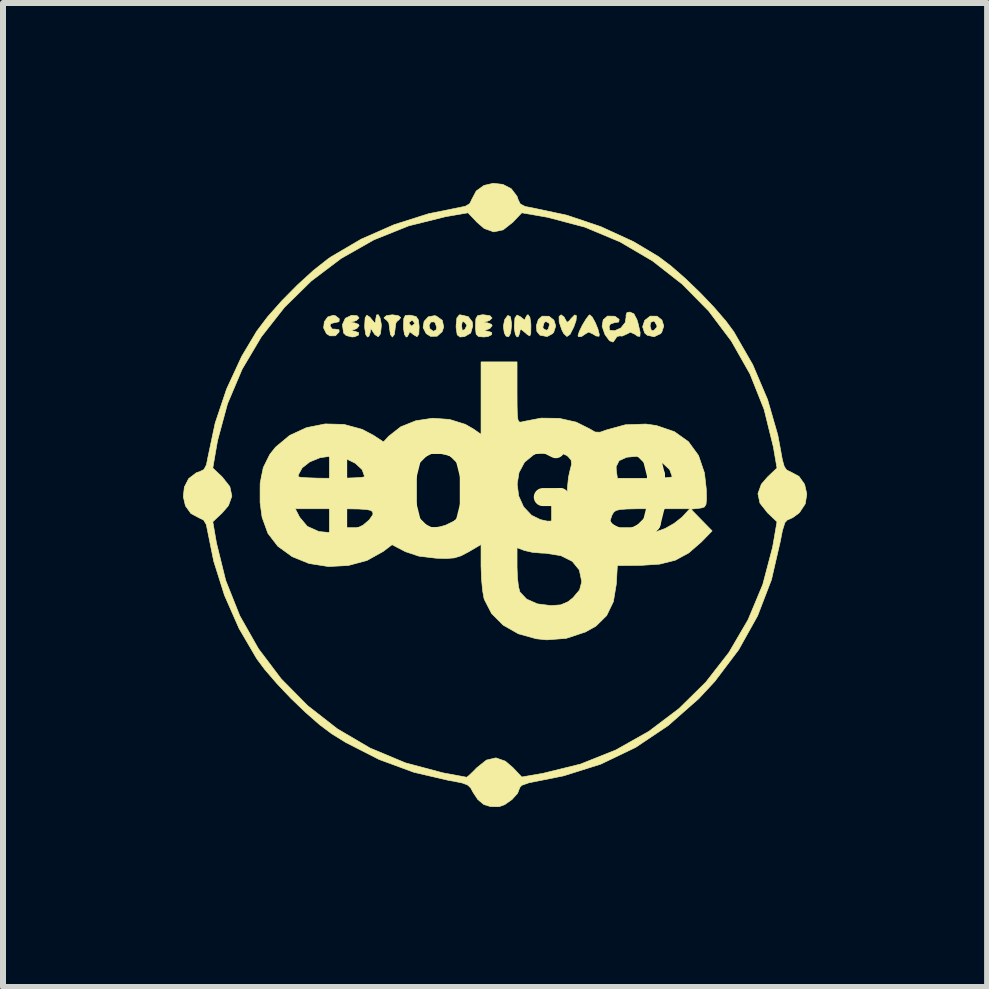
<source format=kicad_pcb>
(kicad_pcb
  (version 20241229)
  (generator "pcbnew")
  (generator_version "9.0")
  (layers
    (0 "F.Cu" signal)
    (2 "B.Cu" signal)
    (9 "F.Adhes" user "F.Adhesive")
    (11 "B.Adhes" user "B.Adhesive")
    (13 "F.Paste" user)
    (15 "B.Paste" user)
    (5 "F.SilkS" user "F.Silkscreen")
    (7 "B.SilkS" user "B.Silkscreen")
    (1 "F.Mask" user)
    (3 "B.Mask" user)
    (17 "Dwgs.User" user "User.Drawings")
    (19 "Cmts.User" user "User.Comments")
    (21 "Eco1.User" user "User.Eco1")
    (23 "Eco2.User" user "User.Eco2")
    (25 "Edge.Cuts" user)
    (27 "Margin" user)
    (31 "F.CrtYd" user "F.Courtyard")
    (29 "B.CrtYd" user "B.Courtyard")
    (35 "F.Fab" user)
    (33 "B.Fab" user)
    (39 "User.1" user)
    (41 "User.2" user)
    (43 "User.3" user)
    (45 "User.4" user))
  (footprint "LOGO"
    (layer "F.Cu")
    (at 5.199 5.199)
    (property "Reference" "LOGO" (at 0 0 0) (layer "F.SilkS") (effects (font (size 1.524 1.524) (thickness 0.3))))
    (attr through_hole)
    (fp_poly (pts (xy 0.26 -2.969) (xy 0.276 -2.865) (xy 0.277 -2.821) (xy 0.263 -2.697) (xy 0.229 -2.635) (xy 0.185 -2.647) (xy 0.157 -2.698) (xy 0.141 -2.809) (xy 0.162 -2.919) (xy 0.211 -2.987) (xy 0.219 -2.991) (xy 0.26 -2.969)) (stroke (width 0.01) (type solid)) (fill yes) (layer "F.SilkS"))
    (fp_poly (pts (xy 1.153 -2.965) (xy 1.174 -2.925) (xy 1.202 -2.877) (xy 1.24 -2.901) (xy 1.267 -2.937) (xy 1.33 -3) (xy 1.359 -2.987) (xy 1.353 -2.908) (xy 1.316 -2.801) (xy 1.253 -2.677) (xy 1.2 -2.64) (xy 1.147 -2.69) (xy 1.116 -2.75) (xy 1.071 -2.882) (xy 1.069 -2.973) (xy 1.103 -3.002) (xy 1.153 -2.965)) (stroke (width 0.01) (type solid)) (fill yes) (layer "F.SilkS"))
    (fp_poly (pts (xy 1.622 -2.964) (xy 1.673 -2.872) (xy 1.717 -2.765) (xy 1.74 -2.675) (xy 1.736 -2.644) (xy 1.686 -2.649) (xy 1.639 -2.679) (xy 1.564 -2.715) (xy 1.513 -2.686) (xy 1.444 -2.64) (xy 1.393 -2.637) (xy 1.385 -2.654) (xy 1.406 -2.722) (xy 1.455 -2.824) (xy 1.515 -2.924) (xy 1.565 -2.991) (xy 1.581 -3.002) (xy 1.622 -2.964)) (stroke (width 0.01) (type solid)) (fill yes) (layer "F.SilkS"))
    (fp_poly (pts (xy -2.656 -2.985) (xy -2.594 -2.936) (xy -2.598 -2.887) (xy -2.664 -2.872) (xy -2.667 -2.873) (xy -2.736 -2.854) (xy -2.748 -2.817) (xy -2.712 -2.765) (xy -2.662 -2.763) (xy -2.598 -2.752) (xy -2.597 -2.716) (xy -2.657 -2.652) (xy -2.749 -2.651) (xy -2.807 -2.686) (xy -2.855 -2.783) (xy -2.843 -2.886) (xy -2.786 -2.966) (xy -2.696 -2.994) (xy -2.656 -2.985)) (stroke (width 0.01) (type solid)) (fill yes) (layer "F.SilkS"))
    (fp_poly (pts (xy -1.611 -2.988) (xy -1.57 -2.956) (xy -1.57 -2.956) (xy -1.605 -2.911) (xy -1.616 -2.909) (xy -1.649 -2.869) (xy -1.663 -2.773) (xy -1.663 -2.771) (xy -1.676 -2.674) (xy -1.708 -2.632) (xy -1.709 -2.632) (xy -1.741 -2.672) (xy -1.755 -2.769) (xy -1.755 -2.771) (xy -1.768 -2.868) (xy -1.801 -2.909) (xy -1.801 -2.909) (xy -1.846 -2.945) (xy -1.847 -2.956) (xy -1.807 -2.988) (xy -1.71 -3.002) (xy -1.709 -3.002) (xy -1.611 -2.988)) (stroke (width 0.01) (type solid)) (fill yes) (layer "F.SilkS"))
    (fp_poly (pts (xy -0.976 -2.981) (xy -0.877 -2.91) (xy -0.853 -2.799) (xy -0.879 -2.721) (xy -0.963 -2.645) (xy -1.073 -2.643) (xy -1.145 -2.688) (xy -1.197 -2.789) (xy -1.191 -2.826) (xy -1.097 -2.826) (xy -1.085 -2.771) (xy -1.026 -2.726) (xy -0.978 -2.753) (xy -0.97 -2.791) (xy -0.996 -2.869) (xy -1.013 -2.884) (xy -1.068 -2.881) (xy -1.097 -2.826) (xy -1.191 -2.826) (xy -1.18 -2.892) (xy -1.111 -2.968) (xy -1.005 -2.988) (xy -0.976 -2.981)) (stroke (width 0.01) (type solid)) (fill yes) (layer "F.SilkS"))
    (fp_poly (pts (xy -0.444 -2.972) (xy -0.377 -2.883) (xy -0.369 -2.817) (xy -0.403 -2.698) (xy -0.506 -2.639) (xy -0.581 -2.632) (xy -0.628 -2.668) (xy -0.646 -2.782) (xy -0.647 -2.817) (xy -0.554 -2.817) (xy -0.545 -2.744) (xy -0.51 -2.751) (xy -0.499 -2.762) (xy -0.467 -2.825) (xy -0.499 -2.873) (xy -0.54 -2.895) (xy -0.554 -2.839) (xy -0.554 -2.817) (xy -0.647 -2.817) (xy -0.634 -2.949) (xy -0.593 -3) (xy -0.581 -3.002) (xy -0.444 -2.972)) (stroke (width 0.01) (type solid)) (fill yes) (layer "F.SilkS"))
    (fp_poly (pts (xy -2.295 -2.986) (xy -2.264 -2.95) (xy -2.307 -2.908) (xy -2.344 -2.895) (xy -2.401 -2.878) (xy -2.368 -2.87) (xy -2.344 -2.869) (xy -2.275 -2.844) (xy -2.263 -2.82) (xy -2.301 -2.774) (xy -2.344 -2.757) (xy -2.401 -2.739) (xy -2.368 -2.732) (xy -2.344 -2.73) (xy -2.272 -2.706) (xy -2.272 -2.666) (xy -2.337 -2.636) (xy -2.38 -2.632) (xy -2.478 -2.656) (xy -2.522 -2.698) (xy -2.542 -2.838) (xy -2.493 -2.944) (xy -2.39 -2.993) (xy -2.295 -2.986)) (stroke (width 0.01) (type solid)) (fill yes) (layer "F.SilkS"))
    (fp_poly (pts (xy 0.583 -2.961) (xy 0.599 -2.858) (xy 0.6 -2.81) (xy 0.598 -2.691) (xy 0.582 -2.65) (xy 0.541 -2.672) (xy 0.508 -2.702) (xy 0.441 -2.756) (xy 0.418 -2.746) (xy 0.416 -2.709) (xy 0.393 -2.643) (xy 0.369 -2.632) (xy 0.341 -2.673) (xy 0.324 -2.776) (xy 0.323 -2.817) (xy 0.334 -2.95) (xy 0.369 -2.998) (xy 0.433 -2.965) (xy 0.453 -2.946) (xy 0.498 -2.914) (xy 0.508 -2.946) (xy 0.538 -2.998) (xy 0.554 -3.002) (xy 0.583 -2.961)) (stroke (width 0.01) (type solid)) (fill yes) (layer "F.SilkS"))
    (fp_poly (pts (xy 0.901 -2.978) (xy 0.983 -2.914) (xy 1.014 -2.816) (xy 0.98 -2.71) (xy 0.961 -2.688) (xy 0.871 -2.639) (xy 0.753 -2.662) (xy 0.75 -2.663) (xy 0.699 -2.726) (xy 0.694 -2.797) (xy 0.799 -2.797) (xy 0.808 -2.771) (xy 0.859 -2.743) (xy 0.888 -2.763) (xy 0.91 -2.837) (xy 0.901 -2.863) (xy 0.849 -2.891) (xy 0.821 -2.871) (xy 0.799 -2.797) (xy 0.694 -2.797) (xy 0.692 -2.826) (xy 0.725 -2.925) (xy 0.787 -2.979) (xy 0.901 -2.978)) (stroke (width 0.01) (type solid)) (fill yes) (layer "F.SilkS"))
    (fp_poly (pts (xy 2.703 -2.979) (xy 2.784 -2.914) (xy 2.815 -2.815) (xy 2.781 -2.711) (xy 2.762 -2.688) (xy 2.654 -2.636) (xy 2.54 -2.661) (xy 2.496 -2.699) (xy 2.462 -2.802) (xy 2.467 -2.817) (xy 2.586 -2.817) (xy 2.607 -2.744) (xy 2.644 -2.736) (xy 2.698 -2.793) (xy 2.702 -2.817) (xy 2.665 -2.886) (xy 2.644 -2.898) (xy 2.598 -2.876) (xy 2.586 -2.817) (xy 2.467 -2.817) (xy 2.496 -2.908) (xy 2.586 -2.978) (xy 2.591 -2.98) (xy 2.703 -2.979)) (stroke (width 0.01) (type solid)) (fill yes) (layer "F.SilkS"))
    (fp_poly (pts (xy -1.914 -2.95) (xy -1.895 -2.853) (xy -1.893 -2.817) (xy -1.907 -2.685) (xy -1.945 -2.636) (xy -2.001 -2.672) (xy -2.028 -2.713) (xy -2.065 -2.769) (xy -2.076 -2.745) (xy -2.077 -2.713) (xy -2.1 -2.645) (xy -2.124 -2.632) (xy -2.153 -2.673) (xy -2.169 -2.776) (xy -2.171 -2.817) (xy -2.163 -2.95) (xy -2.135 -2.996) (xy -2.082 -2.96) (xy -2.05 -2.921) (xy -2.003 -2.865) (xy -1.989 -2.885) (xy -1.987 -2.921) (xy -1.973 -2.999) (xy -1.944 -3.004) (xy -1.914 -2.95)) (stroke (width 0.01) (type solid)) (fill yes) (layer "F.SilkS"))
    (fp_poly (pts (xy -0.082 -2.986) (xy -0.047 -2.948) (xy -0.09 -2.908) (xy -0.127 -2.895) (xy -0.184 -2.878) (xy -0.151 -2.87) (xy -0.127 -2.869) (xy -0.058 -2.844) (xy -0.046 -2.82) (xy -0.084 -2.774) (xy -0.127 -2.757) (xy -0.184 -2.739) (xy -0.151 -2.732) (xy -0.127 -2.73) (xy -0.053 -2.708) (xy -0.053 -2.672) (xy -0.115 -2.64) (xy -0.185 -2.632) (xy -0.274 -2.64) (xy -0.313 -2.679) (xy -0.323 -2.777) (xy -0.323 -2.817) (xy -0.318 -2.936) (xy -0.288 -2.988) (xy -0.214 -3.002) (xy -0.185 -3.002) (xy -0.082 -2.986)) (stroke (width 0.01) (type solid)) (fill yes) (layer "F.SilkS"))
    (fp_poly (pts (xy -1.397 -2.993) (xy -1.312 -2.972) (xy -1.274 -2.914) (xy -1.263 -2.806) (xy -1.268 -2.679) (xy -1.298 -2.637) (xy -1.361 -2.673) (xy -1.376 -2.688) (xy -1.422 -2.72) (xy -1.432 -2.688) (xy -1.462 -2.636) (xy -1.478 -2.632) (xy -1.507 -2.673) (xy -1.523 -2.776) (xy -1.524 -2.82) (xy -1.522 -2.863) (xy -1.432 -2.863) (xy -1.396 -2.818) (xy -1.385 -2.817) (xy -1.341 -2.852) (xy -1.339 -2.863) (xy -1.374 -2.908) (xy -1.385 -2.909) (xy -1.43 -2.874) (xy -1.432 -2.863) (xy -1.522 -2.863) (xy -1.519 -2.939) (xy -1.493 -2.99) (xy -1.428 -2.996) (xy -1.397 -2.993)) (stroke (width 0.01) (type solid)) (fill yes) (layer "F.SilkS"))
    (fp_poly (pts (xy 2.316 -3.019) (xy 2.368 -2.92) (xy 2.388 -2.852) (xy 2.421 -2.708) (xy 2.417 -2.642) (xy 2.375 -2.647) (xy 2.333 -2.678) (xy 2.258 -2.712) (xy 2.196 -2.68) (xy 2.119 -2.646) (xy 2.085 -2.651) (xy 2.034 -2.64) (xy 2.015 -2.609) (xy 1.97 -2.547) (xy 1.91 -2.57) (xy 1.834 -2.674) (xy 1.787 -2.81) (xy 1.805 -2.919) (xy 1.877 -2.981) (xy 1.993 -2.978) (xy 2.009 -2.972) (xy 2.071 -2.925) (xy 2.064 -2.881) (xy 1.999 -2.873) (xy 1.924 -2.847) (xy 1.903 -2.805) (xy 1.913 -2.745) (xy 1.99 -2.736) (xy 1.994 -2.736) (xy 2.099 -2.782) (xy 2.172 -2.873) (xy 2.188 -2.974) (xy 2.184 -2.988) (xy 2.2 -3.038) (xy 2.248 -3.048) (xy 2.316 -3.019)) (stroke (width 0.01) (type solid)) (fill yes) (layer "F.SilkS"))
    (fp_poly (pts (xy 0.132 -5.176) (xy 0.272 -5.104) (xy 0.369 -4.977) (xy 0.388 -4.92) (xy 0.423 -4.85) (xy 0.502 -4.808) (xy 0.635 -4.782) (xy 1.196 -4.663) (xy 1.766 -4.471) (xy 2.312 -4.22) (xy 2.73 -3.97) (xy 2.938 -3.813) (xy 3.175 -3.606) (xy 3.421 -3.369) (xy 3.654 -3.125) (xy 3.852 -2.895) (xy 3.981 -2.721) (xy 4.298 -2.17) (xy 4.545 -1.589) (xy 4.715 -1) (xy 4.758 -0.77) (xy 4.791 -0.587) (xy 4.822 -0.476) (xy 4.861 -0.417) (xy 4.914 -0.39) (xy 4.921 -0.388) (xy 5.068 -0.309) (xy 5.162 -0.177) (xy 5.199 -0.015) (xy 5.173 0.149) (xy 5.079 0.292) (xy 5.065 0.305) (xy 4.964 0.379) (xy 4.884 0.415) (xy 4.876 0.416) (xy 4.834 0.461) (xy 4.792 0.596) (xy 4.758 0.771) (xy 4.61 1.413) (xy 4.379 2.015) (xy 4.064 2.58) (xy 3.665 3.109) (xy 3.397 3.397) (xy 2.888 3.845) (xy 2.345 4.209) (xy 1.764 4.488) (xy 1.145 4.683) (xy 0.771 4.758) (xy 0.566 4.799) (xy 0.447 4.841) (xy 0.416 4.876) (xy 0.378 4.974) (xy 0.284 5.078) (xy 0.163 5.163) (xy 0.069 5.197) (xy -0.072 5.195) (xy -0.185 5.161) (xy -0.285 5.077) (xy -0.364 4.958) (xy -0.404 4.883) (xy -0.457 4.834) (xy -0.547 4.801) (xy -0.696 4.771) (xy -0.777 4.757) (xy -1.352 4.623) (xy -1.93 4.41) (xy -2.487 4.126) (xy -2.721 3.981) (xy -2.921 3.831) (xy -3.154 3.627) (xy -3.399 3.392) (xy -3.633 3.145) (xy -3.835 2.911) (xy -3.97 2.73) (xy -4.264 2.227) (xy -4.507 1.675) (xy -4.687 1.105) (xy -4.782 0.635) (xy -4.811 0.493) (xy -4.838 0.448) (xy -4.702 0.448) (xy -4.641 0.801) (xy -4.487 1.425) (xy -4.252 2.015) (xy -3.941 2.564) (xy -3.562 3.066) (xy -3.121 3.513) (xy -2.625 3.9) (xy -2.08 4.22) (xy -1.492 4.466) (xy -0.869 4.632) (xy -0.816 4.642) (xy -0.653 4.672) (xy -0.53 4.695) (xy -0.472 4.706) (xy -0.47 4.706) (xy -0.433 4.678) (xy -0.355 4.603) (xy -0.303 4.549) (xy -0.141 4.42) (xy 0.017 4.383) (xy 0.174 4.438) (xy 0.299 4.545) (xy 0.448 4.702) (xy 0.801 4.641) (xy 1.426 4.487) (xy 2.017 4.251) (xy 2.566 3.941) (xy 3.068 3.562) (xy 3.515 3.122) (xy 3.901 2.626) (xy 4.219 2.082) (xy 4.464 1.496) (xy 4.628 0.874) (xy 4.641 0.801) (xy 4.702 0.448) (xy 4.545 0.299) (xy 4.418 0.138) (xy 4.384 -0.02) (xy 4.441 -0.179) (xy 4.545 -0.299) (xy 4.702 -0.448) (xy 4.641 -0.801) (xy 4.487 -1.425) (xy 4.252 -2.015) (xy 3.941 -2.564) (xy 3.563 -3.065) (xy 3.123 -3.512) (xy 2.628 -3.899) (xy 2.084 -4.218) (xy 1.499 -4.463) (xy 0.878 -4.627) (xy 0.801 -4.641) (xy 0.448 -4.702) (xy 0.299 -4.545) (xy 0.138 -4.418) (xy -0.02 -4.384) (xy -0.179 -4.441) (xy -0.299 -4.545) (xy -0.448 -4.702) (xy -0.82 -4.638) (xy -1.435 -4.485) (xy -2.018 -4.251) (xy -2.562 -3.942) (xy -3.061 -3.565) (xy -3.507 -3.127) (xy -3.893 -2.635) (xy -4.212 -2.097) (xy -4.457 -1.519) (xy -4.622 -0.908) (xy -4.638 -0.82) (xy -4.702 -0.448) (xy -4.545 -0.299) (xy -4.418 -0.138) (xy -4.384 0.02) (xy -4.441 0.179) (xy -4.545 0.299) (xy -4.702 0.448) (xy -4.838 0.448) (xy -4.855 0.419) (xy -4.92 0.388) (xy -5.066 0.311) (xy -5.158 0.183) (xy -5.194 0.028) (xy -5.176 -0.132) (xy -5.104 -0.272) (xy -4.977 -0.369) (xy -4.92 -0.388) (xy -4.85 -0.423) (xy -4.808 -0.502) (xy -4.782 -0.635) (xy -4.663 -1.196) (xy -4.472 -1.765) (xy -4.22 -2.31) (xy -3.969 -2.73) (xy -3.789 -2.968) (xy -3.555 -3.232) (xy -3.293 -3.497) (xy -3.027 -3.74) (xy -2.781 -3.934) (xy -2.73 -3.969) (xy -2.229 -4.263) (xy -1.678 -4.505) (xy -1.108 -4.686) (xy -0.635 -4.782) (xy -0.493 -4.811) (xy -0.419 -4.855) (xy -0.388 -4.92) (xy -0.311 -5.066) (xy -0.183 -5.158) (xy -0.028 -5.194) (xy 0.132 -5.176)) (stroke (width 0.01) (type solid)) (fill yes) (layer "F.SilkS"))
    (fp_poly (pts (xy 0.369 -1.703) (xy 0.37 -1.48) (xy 0.374 -1.335) (xy 0.384 -1.252) (xy 0.405 -1.216) (xy 0.438 -1.213) (xy 0.473 -1.223) (xy 0.77 -1.28) (xy 1.073 -1.276) (xy 1.355 -1.213) (xy 1.577 -1.102) (xy 1.67 -1.048) (xy 1.753 -1.045) (xy 1.854 -1.081) (xy 2.174 -1.169) (xy 2.516 -1.181) (xy 2.693 -1.156) (xy 2.992 -1.054) (xy 3.226 -0.887) (xy 3.394 -0.657) (xy 3.493 -0.365) (xy 3.523 -0.101) (xy 3.527 0.063) (xy 3.519 0.157) (xy 3.492 0.201) (xy 3.438 0.218) (xy 3.4 0.223) (xy 3.267 0.238) (xy 3.444 0.419) (xy 3.621 0.6) (xy 3.442 0.784) (xy 3.23 0.968) (xy 3.006 1.089) (xy 2.746 1.154) (xy 2.441 1.174) (xy 2.041 1.178) (xy 2.024 1.483) (xy 1.975 1.779) (xy 1.863 2.011) (xy 1.683 2.188) (xy 1.509 2.285) (xy 1.185 2.392) (xy 0.862 2.416) (xy 0.689 2.398) (xy 0.391 2.315) (xy 0.138 2.171) (xy -0.055 1.978) (xy -0.175 1.745) (xy -0.183 1.719) (xy -0.206 1.587) (xy -0.223 1.401) (xy -0.23 1.205) (xy 0.369 1.205) (xy 0.376 1.381) (xy 0.393 1.53) (xy 0.417 1.619) (xy 0.529 1.737) (xy 0.708 1.816) (xy 0.934 1.845) (xy 0.934 1.845) (xy 1.096 1.833) (xy 1.218 1.781) (xy 1.3 1.716) (xy 1.411 1.585) (xy 1.447 1.45) (xy 1.447 1.443) (xy 1.407 1.252) (xy 1.29 1.108) (xy 1.101 1.013) (xy 0.845 0.972) (xy 0.777 0.97) (xy 0.626 0.957) (xy 0.493 0.927) (xy 0.488 0.925) (xy 0.369 0.88) (xy 0.369 1.205) (xy -0.23 1.205) (xy -0.231 1.2) (xy -0.231 1.187) (xy -0.231 0.827) (xy -0.44 0.95) (xy -0.564 1.015) (xy -0.676 1.05) (xy -0.811 1.06) (xy -0.982 1.055) (xy -1.267 1.021) (xy -1.489 0.947) (xy -1.515 0.934) (xy -1.714 0.83) (xy -1.861 0.942) (xy -2.132 1.093) (xy -2.445 1.177) (xy -2.775 1.194) (xy -3.099 1.143) (xy -3.379 1.029) (xy -3.619 0.855) (xy -3.784 0.64) (xy -3.881 0.371) (xy -3.9 0.231) (xy -3.327 0.231) (xy -3.254 0.373) (xy -3.127 0.524) (xy -2.934 0.611) (xy -2.673 0.635) (xy -2.625 0.633) (xy -2.387 0.595) (xy -2.2 0.506) (xy -2.198 0.505) (xy -2.096 0.418) (xy -2.037 0.335) (xy -2.032 0.312) (xy -2.04 0.28) (xy -2.072 0.257) (xy -2.144 0.243) (xy -2.268 0.235) (xy -2.458 0.232) (xy -2.68 0.231) (xy -3.327 0.231) (xy -3.9 0.231) (xy -3.914 0.126) (xy -3.914 -0.103) (xy -1.57 -0.103) (xy -1.542 0.142) (xy -1.454 0.323) (xy -1.299 0.453) (xy -1.228 0.489) (xy -1.112 0.535) (xy -1.023 0.548) (xy -0.918 0.532) (xy -0.823 0.506) (xy -0.627 0.41) (xy -0.487 0.257) (xy -0.406 0.067) (xy -0.387 -0.139) (xy -0.397 -0.179) (xy 0.371 -0.179) (xy 0.397 0.019) (xy 0.478 0.199) (xy 0.611 0.34) (xy 0.759 0.412) (xy 0.872 0.437) (xy 0.974 0.435) (xy 0.998 0.429) (xy 1.921 0.429) (xy 1.946 0.486) (xy 2.037 0.551) (xy 2.044 0.555) (xy 2.235 0.625) (xy 2.467 0.643) (xy 2.705 0.608) (xy 2.84 0.559) (xy 2.987 0.475) (xy 3.116 0.374) (xy 3.137 0.352) (xy 3.249 0.231) (xy 2.625 0.231) (xy 2.374 0.231) (xy 2.2 0.235) (xy 2.087 0.243) (xy 2.019 0.26) (xy 1.981 0.288) (xy 1.956 0.329) (xy 1.948 0.347) (xy 1.921 0.429) (xy 0.998 0.429) (xy 1.111 0.403) (xy 1.131 0.397) (xy 1.182 0.372) (xy 1.207 0.32) (xy 1.213 0.216) (xy 1.208 0.084) (xy 1.208 -0.106) (xy 1.226 -0.291) (xy 1.247 -0.388) (xy 1.268 -0.472) (xy 2.021 -0.472) (xy 2.023 -0.412) (xy 2.042 -0.277) (xy 2.499 -0.277) (xy 2.692 -0.28) (xy 2.844 -0.286) (xy 2.937 -0.296) (xy 2.956 -0.303) (xy 2.913 -0.421) (xy 2.801 -0.526) (xy 2.641 -0.606) (xy 2.455 -0.645) (xy 2.406 -0.647) (xy 2.198 -0.628) (xy 2.071 -0.571) (xy 2.021 -0.472) (xy 1.268 -0.472) (xy 1.278 -0.51) (xy 1.27 -0.582) (xy 1.218 -0.641) (xy 1.2 -0.656) (xy 1.052 -0.723) (xy 0.866 -0.733) (xy 0.677 -0.684) (xy 0.645 -0.669) (xy 0.493 -0.544) (xy 0.402 -0.373) (xy 0.371 -0.179) (xy -0.397 -0.179) (xy -0.435 -0.341) (xy -0.554 -0.519) (xy -0.62 -0.578) (xy -0.751 -0.655) (xy -0.902 -0.689) (xy -1.013 -0.693) (xy -1.169 -0.685) (xy -1.276 -0.65) (xy -1.376 -0.572) (xy -1.413 -0.536) (xy -1.503 -0.437) (xy -1.55 -0.347) (xy -1.568 -0.229) (xy -1.57 -0.103) (xy -3.914 -0.103) (xy -3.913 -0.194) (xy -3.892 -0.303) (xy -3.279 -0.303) (xy -3.236 -0.293) (xy -3.118 -0.285) (xy -2.944 -0.279) (xy -2.73 -0.277) (xy -2.725 -0.277) (xy -2.511 -0.279) (xy -2.335 -0.285) (xy -2.216 -0.293) (xy -2.171 -0.303) (xy -2.171 -0.303) (xy -2.213 -0.421) (xy -2.326 -0.527) (xy -2.487 -0.606) (xy -2.675 -0.645) (xy -2.725 -0.647) (xy -2.915 -0.62) (xy -3.086 -0.55) (xy -3.213 -0.45) (xy -3.276 -0.334) (xy -3.279 -0.303) (xy -3.892 -0.303) (xy -3.861 -0.455) (xy -3.752 -0.675) (xy -3.657 -0.795) (xy -3.422 -0.991) (xy -3.14 -1.121) (xy -2.83 -1.183) (xy -2.515 -1.175) (xy -2.213 -1.093) (xy -2.025 -0.994) (xy -1.857 -0.883) (xy -1.771 -0.977) (xy -1.57 -1.135) (xy -1.318 -1.236) (xy -1.039 -1.278) (xy -0.756 -1.258) (xy -0.492 -1.176) (xy -0.358 -1.099) (xy -0.231 -1.01) (xy -0.231 -2.217) (xy 0.369 -2.217) (xy 0.369 -1.703)) (stroke (width 0.01) (type solid)) (fill yes) (layer "F.SilkS")))
  (gr_rect
    (start -3 -3)
    (end 13.403 13.401)
    (stroke (width 0.1) (type default))
    (fill no)
    (layer "Edge.Cuts")))
</source>
